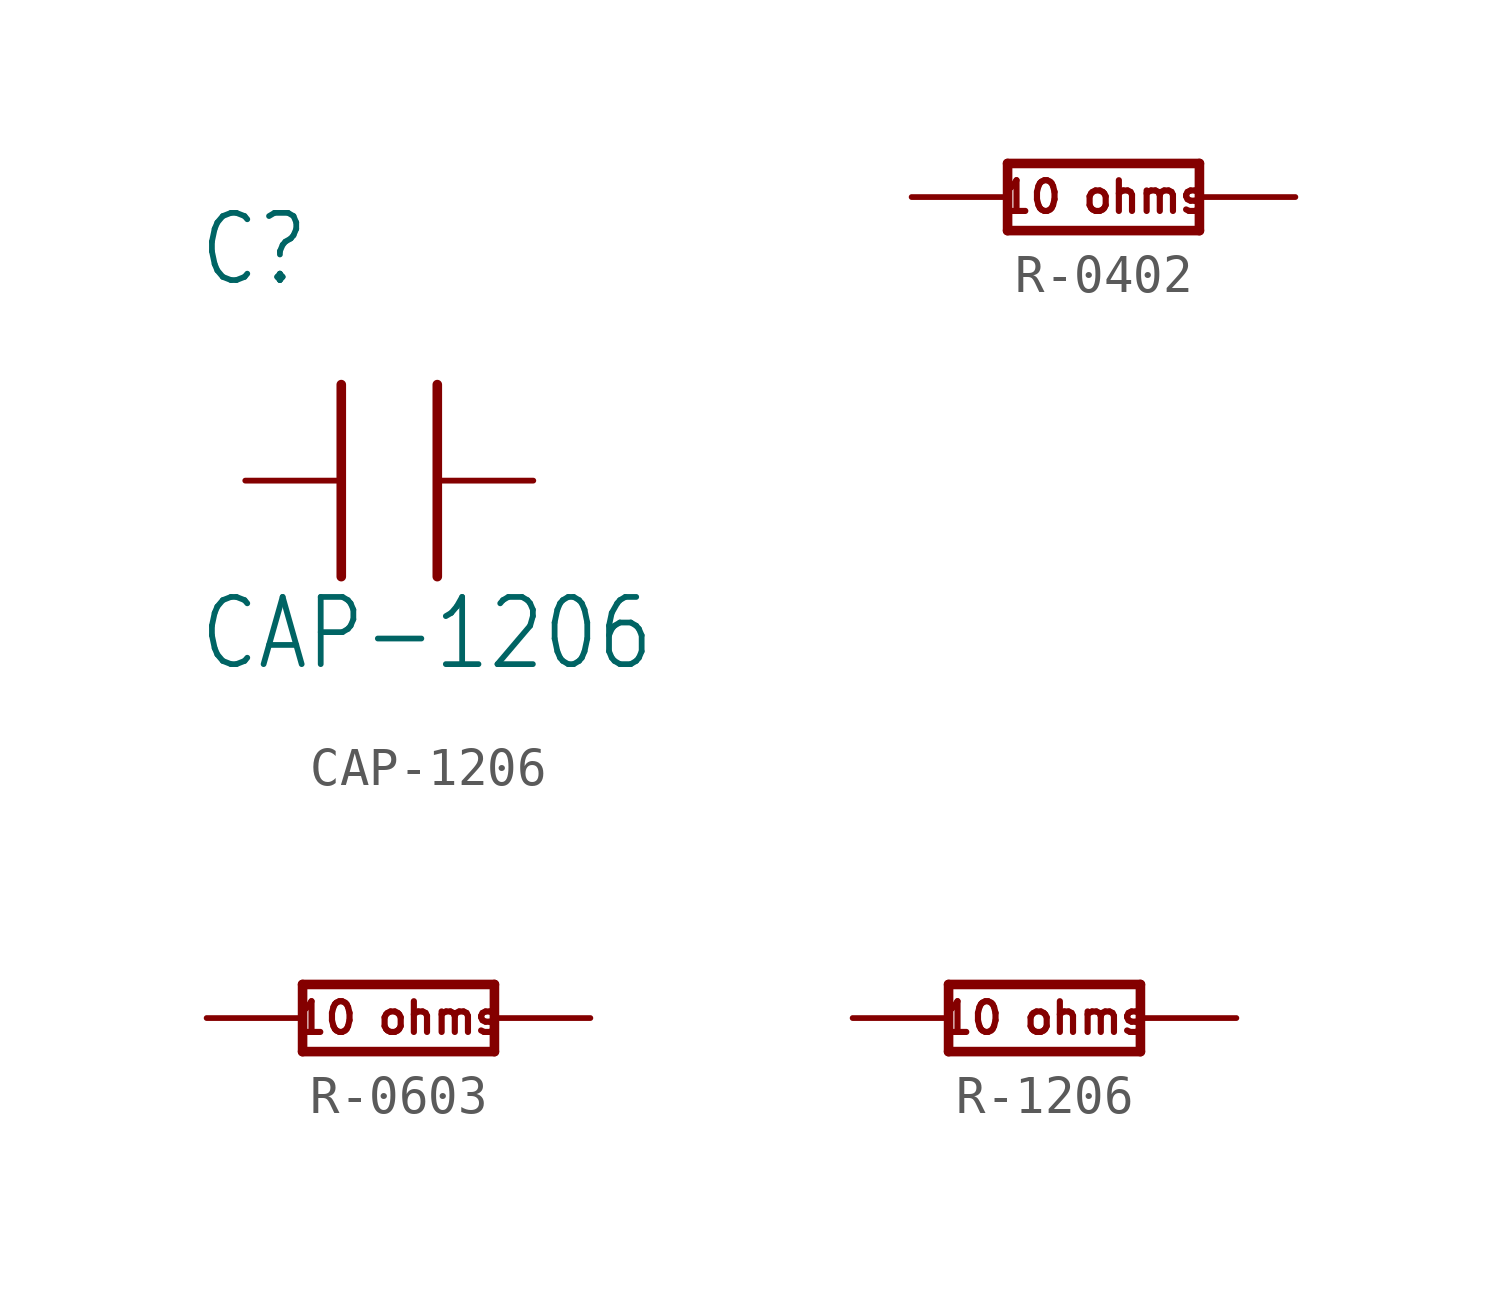
<source format=kicad_sym>
(kicad_symbol_lib
  (version 20211014)
  (generator kicad_symbol_editor)
  (symbol "CAP-1206"
    (property "Reference" "C"
      (at -5.08 5.08 0)
      (effects (font (size 1.778 1.511)) (justify left bottom)))
    (property "Value" "CAP-1206"
      (at -5.08 -5.08 0)
      (effects (font (size 1.778 1.511)) (justify left bottom)))
    (property "ki_locked" ""
      (at 0 0 0)
      (effects (font (size 1.27 1.27))))
    (symbol "CAP-1206_1_0"
      (polyline (pts (xy -1.27 2.54) (xy -1.27 -2.54)) (stroke (width 0.254) (type default) (color 0 0 0 0)) (fill (type none)))
      (polyline (pts (xy 1.27 2.54) (xy 1.27 -2.54)) (stroke (width 0.254) (type default) (color 0 0 0 0)) (fill (type none)))
      (pin bidirectional line (at -3.81 0 0) (length 2.54) (name "P$1" (effects (font (size 0 0)))) (number "P$1" (effects (font (size 0 0)))))
      (pin bidirectional line (at 3.81 0 180) (length 2.54) (name "P$2" (effects (font (size 0 0)))) (number "P$2" (effects (font (size 0 0)))))))
  (symbol "R-0402"
    (property "Reference" ""
      (at 0 0 0)
      (effects (font (size 1.27 1.27)) hide))
    (property "ki_locked" ""
      (at 0 0 0)
      (effects (font (size 1.27 1.27))))
    (symbol "R-0402_1_0"
      (polyline (pts (xy -2.54 -0.889) (xy -2.54 0.889)) (stroke (width 0.254) (type default) (color 0 0 0 0)) (fill (type none)))
      (polyline (pts (xy -2.54 -0.889) (xy 2.54 -0.889)) (stroke (width 0.254) (type default) (color 0 0 0 0)) (fill (type none)))
      (polyline (pts (xy 2.54 -0.889) (xy 2.54 0.889)) (stroke (width 0.254) (type default) (color 0 0 0 0)) (fill (type none)))
      (polyline (pts (xy 2.54 0.889) (xy -2.54 0.889)) (stroke (width 0.254) (type default) (color 0 0 0 0)) (fill (type none)))
      (text "10 ohms" (at 0 0 0) (effects (font (size 0.813 0.813) (thickness 0.163) bold)))
      (pin passive line (at -5.08 0 0) (length 2.54) (name "1" (effects (font (size 0 0)))) (number "1" (effects (font (size 0 0)))))
      (pin passive line (at 5.08 0 180) (length 2.54) (name "2" (effects (font (size 0 0)))) (number "2" (effects (font (size 0 0)))))))
  (symbol "R-0603"
    (property "Reference" ""
      (at 0 0 0)
      (effects (font (size 1.27 1.27)) hide))
    (property "ki_locked" ""
      (at 0 0 0)
      (effects (font (size 1.27 1.27))))
    (symbol "R-0603_1_0"
      (polyline (pts (xy -2.54 -0.889) (xy -2.54 0.889)) (stroke (width 0.254) (type default) (color 0 0 0 0)) (fill (type none)))
      (polyline (pts (xy -2.54 -0.889) (xy 2.54 -0.889)) (stroke (width 0.254) (type default) (color 0 0 0 0)) (fill (type none)))
      (polyline (pts (xy 2.54 -0.889) (xy 2.54 0.889)) (stroke (width 0.254) (type default) (color 0 0 0 0)) (fill (type none)))
      (polyline (pts (xy 2.54 0.889) (xy -2.54 0.889)) (stroke (width 0.254) (type default) (color 0 0 0 0)) (fill (type none)))
      (text "10 ohms" (at 0 0 0) (effects (font (size 0.813 0.813) (thickness 0.163) bold)))
      (pin passive line (at -5.08 0 0) (length 2.54) (name "1" (effects (font (size 0 0)))) (number "1" (effects (font (size 0 0)))))
      (pin passive line (at 5.08 0 180) (length 2.54) (name "2" (effects (font (size 0 0)))) (number "2" (effects (font (size 0 0)))))))
  (symbol "R-1206"
    (property "Reference" ""
      (at 0 0 0)
      (effects (font (size 1.27 1.27)) hide))
    (property "ki_locked" ""
      (at 0 0 0)
      (effects (font (size 1.27 1.27))))
    (symbol "R-1206_1_0"
      (polyline (pts (xy -2.54 -0.889) (xy -2.54 0.889)) (stroke (width 0.254) (type default) (color 0 0 0 0)) (fill (type none)))
      (polyline (pts (xy -2.54 -0.889) (xy 2.54 -0.889)) (stroke (width 0.254) (type default) (color 0 0 0 0)) (fill (type none)))
      (polyline (pts (xy 2.54 -0.889) (xy 2.54 0.889)) (stroke (width 0.254) (type default) (color 0 0 0 0)) (fill (type none)))
      (polyline (pts (xy 2.54 0.889) (xy -2.54 0.889)) (stroke (width 0.254) (type default) (color 0 0 0 0)) (fill (type none)))
      (text "10 ohms" (at 0 0 0) (effects (font (size 0.813 0.813) (thickness 0.163) bold)))
      (pin passive line (at -5.08 0 0) (length 2.54) (name "1" (effects (font (size 0 0)))) (number "1" (effects (font (size 0 0)))))
      (pin passive line (at 5.08 0 180) (length 2.54) (name "2" (effects (font (size 0 0)))) (number "2" (effects (font (size 0 0))))))))
</source>
